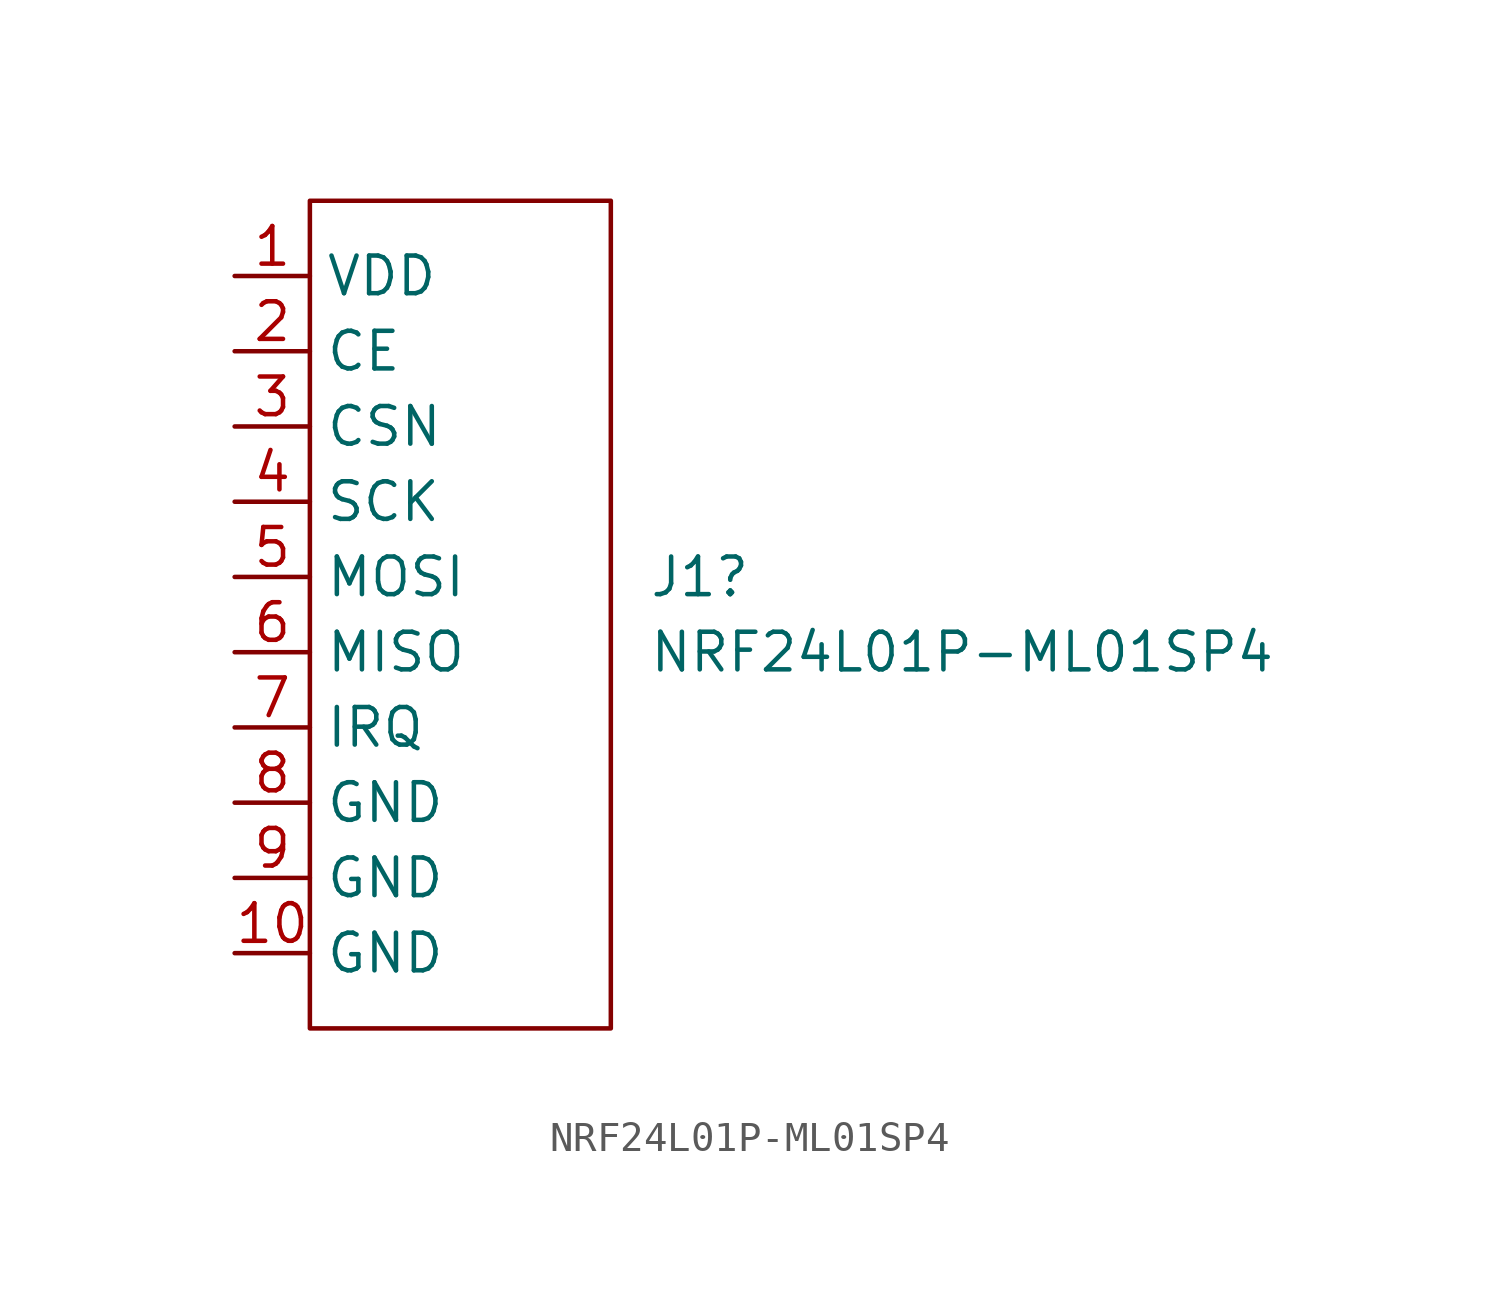
<source format=kicad_sym>
(kicad_symbol_lib
  (version 20211014)
  (generator kicad_symbol_editor)
  (symbol "NRF24L01P-ML01SP4"
    (property "Reference" "J1"
      (at 6.35 1.27 0)
      (effects (font (size 1.27 1.27)) (justify left)))
    (property "Value" "NRF24L01P-ML01SP4"
      (at 6.35 -1.27 0)
      (effects (font (size 1.27 1.27)) (justify left)))
    (symbol "NRF24L01P-ML01SP4_0_1"
      (rectangle (start -5.08 13.97) (end 5.08 -13.97) (stroke (width 0) (type default) (color 0 0 0 0)) (fill (type none))))
    (symbol "NRF24L01P-ML01SP4_1_1"
      (pin power_in line (at -7.62 11.43 0) (length 2.54) (name "VDD" (effects (font (size 1.27 1.27)))) (number "1" (effects (font (size 1.27 1.27)))))
      (pin power_in line (at -7.62 -11.43 0) (length 2.54) (name "GND" (effects (font (size 1.27 1.27)))) (number "10" (effects (font (size 1.27 1.27)))))
      (pin input line (at -7.62 8.89 0) (length 2.54) (name "CE" (effects (font (size 1.27 1.27)))) (number "2" (effects (font (size 1.27 1.27)))))
      (pin input line (at -7.62 6.35 0) (length 2.54) (name "CSN" (effects (font (size 1.27 1.27)))) (number "3" (effects (font (size 1.27 1.27)))))
      (pin input line (at -7.62 3.81 0) (length 2.54) (name "SCK" (effects (font (size 1.27 1.27)))) (number "4" (effects (font (size 1.27 1.27)))))
      (pin input line (at -7.62 1.27 0) (length 2.54) (name "MOSI" (effects (font (size 1.27 1.27)))) (number "5" (effects (font (size 1.27 1.27)))))
      (pin output line (at -7.62 -1.27 0) (length 2.54) (name "MISO" (effects (font (size 1.27 1.27)))) (number "6" (effects (font (size 1.27 1.27)))))
      (pin output line (at -7.62 -3.81 0) (length 2.54) (name "IRQ" (effects (font (size 1.27 1.27)))) (number "7" (effects (font (size 1.27 1.27)))))
      (pin power_in line (at -7.62 -6.35 0) (length 2.54) (name "GND" (effects (font (size 1.27 1.27)))) (number "8" (effects (font (size 1.27 1.27)))))
      (pin power_in line (at -7.62 -8.89 0) (length 2.54) (name "GND" (effects (font (size 1.27 1.27)))) (number "9" (effects (font (size 1.27 1.27))))))))
</source>
